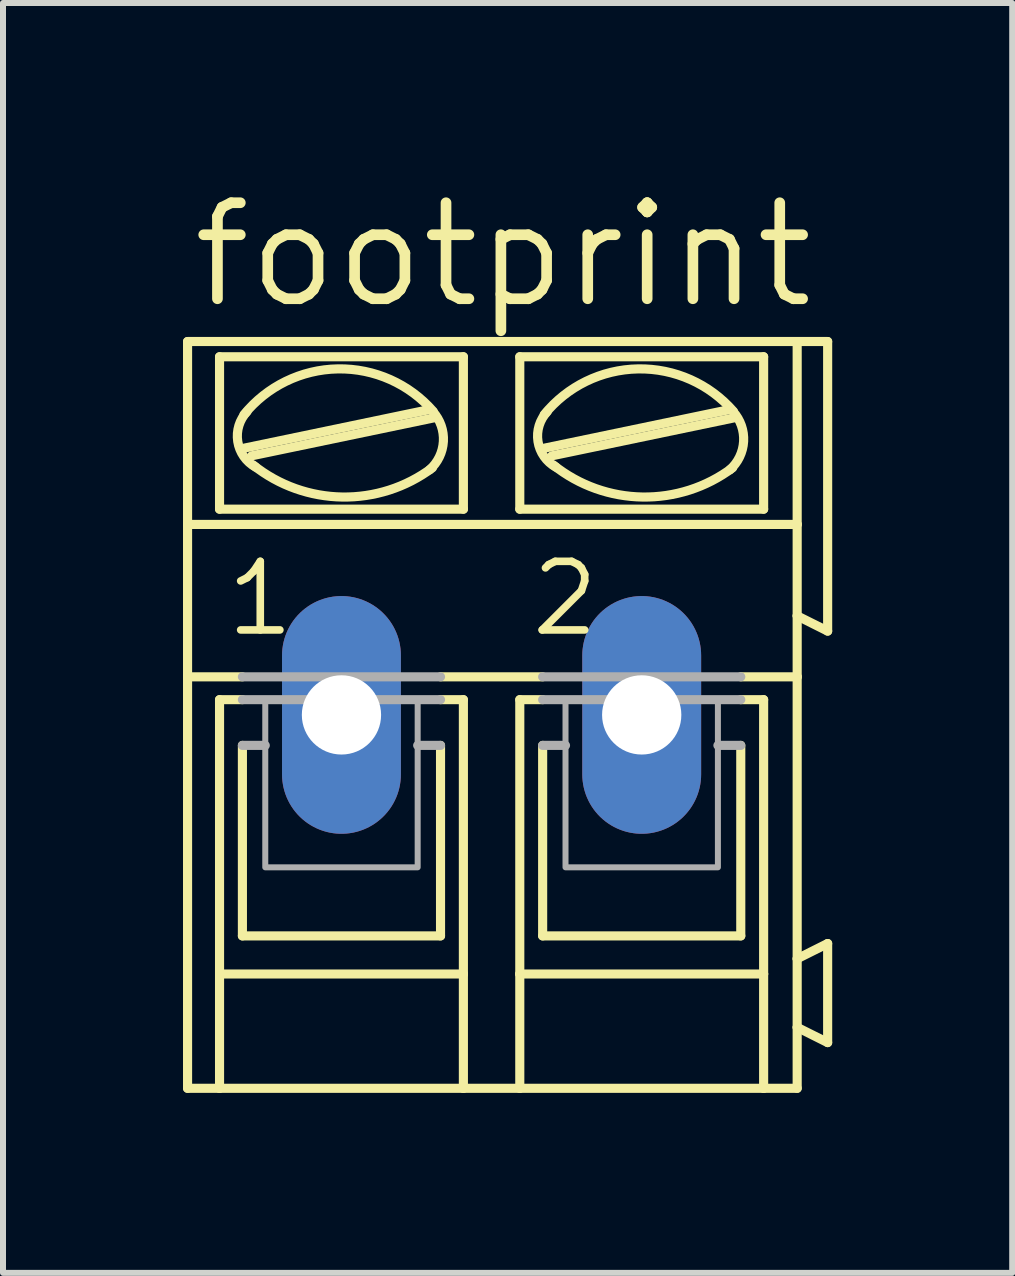
<source format=kicad_pcb>
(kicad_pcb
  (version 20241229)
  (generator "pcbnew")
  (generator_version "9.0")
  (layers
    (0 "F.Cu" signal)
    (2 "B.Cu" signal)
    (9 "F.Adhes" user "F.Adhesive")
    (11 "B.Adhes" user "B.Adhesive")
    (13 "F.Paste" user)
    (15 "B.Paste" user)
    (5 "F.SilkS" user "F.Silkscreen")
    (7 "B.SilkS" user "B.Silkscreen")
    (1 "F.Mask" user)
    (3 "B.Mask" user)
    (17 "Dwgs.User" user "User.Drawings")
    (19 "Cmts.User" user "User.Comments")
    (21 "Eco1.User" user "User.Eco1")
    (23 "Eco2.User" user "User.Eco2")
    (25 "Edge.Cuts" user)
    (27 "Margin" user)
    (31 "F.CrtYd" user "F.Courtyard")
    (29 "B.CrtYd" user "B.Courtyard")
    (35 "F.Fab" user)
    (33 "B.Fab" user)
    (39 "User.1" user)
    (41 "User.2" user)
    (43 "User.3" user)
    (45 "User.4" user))
  (footprint "footprint"
    (layer "F.Cu")
    (at 5.156 8.865)
    (property "Reference" "footprint" (at -5.08 -6.731 0) (layer "F.SilkS") (effects (font (size 1.6 1.6) (thickness 0.178)) (justify left bottom)))
    (fp_line (start -5.08 -3.175) (end -5.08 -6.223) (stroke (width 0.152) (type solid)) (layer "F.SilkS"))
    (fp_line (start -5.08 -3.175) (end 5.08 -3.175) (stroke (width 0.152) (type solid)) (layer "F.SilkS"))
    (fp_line (start -5.08 -0.635) (end -5.08 -3.175) (stroke (width 0.152) (type solid)) (layer "F.SilkS"))
    (fp_line (start -5.08 -0.635) (end -4.166 -0.635) (stroke (width 0.152) (type solid)) (layer "F.SilkS"))
    (fp_line (start -5.08 6.223) (end -5.08 -0.635) (stroke (width 0.152) (type solid)) (layer "F.SilkS"))
    (fp_line (start -5.08 6.223) (end -4.547 6.223) (stroke (width 0.152) (type solid)) (layer "F.SilkS"))
    (fp_line (start -4.547 -3.429) (end -4.547 -5.969) (stroke (width 0.152) (type solid)) (layer "F.SilkS"))
    (fp_line (start -4.547 -0.254) (end -4.547 4.318) (stroke (width 0.152) (type solid)) (layer "F.SilkS"))
    (fp_line (start -4.547 -0.254) (end -4.166 -0.254) (stroke (width 0.152) (type solid)) (layer "F.SilkS"))
    (fp_line (start -4.547 4.318) (end -4.547 6.223) (stroke (width 0.152) (type solid)) (layer "F.SilkS"))
    (fp_line (start -4.547 6.223) (end -0.483 6.223) (stroke (width 0.152) (type solid)) (layer "F.SilkS"))
    (fp_line (start -4.166 3.683) (end -4.166 0.508) (stroke (width 0.152) (type solid)) (layer "F.SilkS"))
    (fp_line (start -4.14 -4.445) (end -1.092 -5.08) (stroke (width 0.152) (type solid)) (layer "F.SilkS"))
    (fp_line (start -4.013 -4.318) (end -0.965 -4.953) (stroke (width 0.152) (type solid)) (layer "F.SilkS"))
    (fp_line (start -0.864 -0.635) (end 0.838 -0.635) (stroke (width 0.152) (type solid)) (layer "F.SilkS"))
    (fp_line (start -0.864 3.683) (end -4.166 3.683) (stroke (width 0.152) (type solid)) (layer "F.SilkS"))
    (fp_line (start -0.864 3.683) (end -0.864 0.508) (stroke (width 0.152) (type solid)) (layer "F.SilkS"))
    (fp_line (start -0.483 -5.969) (end -4.547 -5.969) (stroke (width 0.152) (type solid)) (layer "F.SilkS"))
    (fp_line (start -0.483 -3.429) (end -4.547 -3.429) (stroke (width 0.152) (type solid)) (layer "F.SilkS"))
    (fp_line (start -0.483 -3.429) (end -0.483 -5.969) (stroke (width 0.152) (type solid)) (layer "F.SilkS"))
    (fp_line (start -0.483 -0.254) (end -0.864 -0.254) (stroke (width 0.152) (type solid)) (layer "F.SilkS"))
    (fp_line (start -0.483 4.318) (end -4.547 4.318) (stroke (width 0.152) (type solid)) (layer "F.SilkS"))
    (fp_line (start -0.483 4.318) (end -0.483 -0.254) (stroke (width 0.152) (type solid)) (layer "F.SilkS"))
    (fp_line (start -0.483 6.223) (end -0.483 4.318) (stroke (width 0.152) (type solid)) (layer "F.SilkS"))
    (fp_line (start -0.483 6.223) (end 0.457 6.223) (stroke (width 0.152) (type solid)) (layer "F.SilkS"))
    (fp_line (start 0.457 -5.969) (end 4.521 -5.969) (stroke (width 0.152) (type solid)) (layer "F.SilkS"))
    (fp_line (start 0.457 -3.429) (end 0.457 -5.969) (stroke (width 0.152) (type solid)) (layer "F.SilkS"))
    (fp_line (start 0.457 -0.254) (end 0.838 -0.254) (stroke (width 0.152) (type solid)) (layer "F.SilkS"))
    (fp_line (start 0.457 4.318) (end 0.457 -0.254) (stroke (width 0.152) (type solid)) (layer "F.SilkS"))
    (fp_line (start 0.457 4.318) (end 4.521 4.318) (stroke (width 0.152) (type solid)) (layer "F.SilkS"))
    (fp_line (start 0.457 6.223) (end 0.457 4.318) (stroke (width 0.152) (type solid)) (layer "F.SilkS"))
    (fp_line (start 0.457 6.223) (end 4.521 6.223) (stroke (width 0.152) (type solid)) (layer "F.SilkS"))
    (fp_line (start 0.838 3.683) (end 0.838 0.508) (stroke (width 0.152) (type solid)) (layer "F.SilkS"))
    (fp_line (start 0.864 -4.445) (end 3.912 -5.08) (stroke (width 0.152) (type solid)) (layer "F.SilkS"))
    (fp_line (start 0.991 -4.318) (end 4.039 -4.953) (stroke (width 0.152) (type solid)) (layer "F.SilkS"))
    (fp_line (start 4.14 3.683) (end 0.838 3.683) (stroke (width 0.152) (type solid)) (layer "F.SilkS"))
    (fp_line (start 4.14 3.683) (end 4.14 0.508) (stroke (width 0.152) (type solid)) (layer "F.SilkS"))
    (fp_line (start 4.521 -5.969) (end 4.521 -3.429) (stroke (width 0.152) (type solid)) (layer "F.SilkS"))
    (fp_line (start 4.521 -3.429) (end 0.457 -3.429) (stroke (width 0.152) (type solid)) (layer "F.SilkS"))
    (fp_line (start 4.521 -0.254) (end 4.14 -0.254) (stroke (width 0.152) (type solid)) (layer "F.SilkS"))
    (fp_line (start 4.521 -0.254) (end 4.521 4.318) (stroke (width 0.152) (type solid)) (layer "F.SilkS"))
    (fp_line (start 4.521 4.318) (end 4.521 6.223) (stroke (width 0.152) (type solid)) (layer "F.SilkS"))
    (fp_line (start 4.521 6.223) (end 5.08 6.223) (stroke (width 0.152) (type solid)) (layer "F.SilkS"))
    (fp_line (start 5.08 -6.223) (end -5.08 -6.223) (stroke (width 0.152) (type solid)) (layer "F.SilkS"))
    (fp_line (start 5.08 -6.223) (end 5.08 -3.175) (stroke (width 0.152) (type solid)) (layer "F.SilkS"))
    (fp_line (start 5.08 -6.223) (end 5.588 -6.223) (stroke (width 0.152) (type solid)) (layer "F.SilkS"))
    (fp_line (start 5.08 -3.175) (end 5.08 -1.651) (stroke (width 0.152) (type solid)) (layer "F.SilkS"))
    (fp_line (start 5.08 -1.651) (end 5.08 -0.635) (stroke (width 0.152) (type solid)) (layer "F.SilkS"))
    (fp_line (start 5.08 -0.635) (end 4.14 -0.635) (stroke (width 0.152) (type solid)) (layer "F.SilkS"))
    (fp_line (start 5.08 -0.635) (end 5.08 4.064) (stroke (width 0.152) (type solid)) (layer "F.SilkS"))
    (fp_line (start 5.08 4.064) (end 5.08 5.207) (stroke (width 0.152) (type solid)) (layer "F.SilkS"))
    (fp_line (start 5.08 5.207) (end 5.08 6.223) (stroke (width 0.152) (type solid)) (layer "F.SilkS"))
    (fp_line (start 5.588 -6.223) (end 5.588 -1.397) (stroke (width 0.152) (type solid)) (layer "F.SilkS"))
    (fp_line (start 5.588 -1.397) (end 5.08 -1.651) (stroke (width 0.152) (type solid)) (layer "F.SilkS"))
    (fp_line (start 5.588 3.81) (end 5.08 4.064) (stroke (width 0.152) (type solid)) (layer "F.SilkS"))
    (fp_line (start 5.588 3.81) (end 5.588 5.461) (stroke (width 0.152) (type solid)) (layer "F.SilkS"))
    (fp_line (start 5.588 5.461) (end 5.08 5.207) (stroke (width 0.152) (type solid)) (layer "F.SilkS"))
    (fp_arc (start -4.1402 -5.0038) (mid -2.575826 -5.76695) (end -0.985799 -5.058801) (stroke (width 0.1524) (type solid)) (layer "F.SilkS"))
    (fp_arc (start -3.945701 -4.129699) (mid -4.243625 -4.557025) (end -4.0894 -5.0546) (stroke (width 0.1524) (type solid)) (layer "F.SilkS"))
    (fp_arc (start -1.000001 -4.118799) (mid -2.501904 -3.631242) (end -3.9878 -4.1656) (stroke (width 0.1524) (type solid)) (layer "F.SilkS"))
    (fp_arc (start -0.990699 -5.054499) (mid -0.816339 -4.558083) (end -1.0464 -4.0849) (stroke (width 0.1524) (type solid)) (layer "F.SilkS"))
    (fp_arc (start 0.8636 -5.0038) (mid 2.42792 -5.766807) (end 4.0178 -5.058598) (stroke (width 0.1524) (type solid)) (layer "F.SilkS"))
    (fp_arc (start 1.058098 -4.1297) (mid 0.760175 -4.557026) (end 0.9144 -5.0546) (stroke (width 0.1524) (type solid)) (layer "F.SilkS"))
    (fp_arc (start 4.0038 -4.118901) (mid 2.501914 -3.631283) (end 1.016 -4.1656) (stroke (width 0.1524) (type solid)) (layer "F.SilkS"))
    (fp_arc (start 4.0131 -5.0545) (mid 4.18746 -4.558084) (end 3.9574 -4.0849) (stroke (width 0.1524) (type solid)) (layer "F.SilkS"))
    (fp_line (start -4.166 -0.635) (end -0.864 -0.635) (stroke (width 0.152) (type solid)) (layer "F.Fab"))
    (fp_line (start -4.166 0.508) (end -3.785 0.508) (stroke (width 0.152) (type solid)) (layer "F.Fab"))
    (fp_line (start -0.864 -0.254) (end -4.166 -0.254) (stroke (width 0.152) (type solid)) (layer "F.Fab"))
    (fp_line (start -0.864 0.508) (end -1.245 0.508) (stroke (width 0.152) (type solid)) (layer "F.Fab"))
    (fp_line (start 0.838 -0.254) (end 4.14 -0.254) (stroke (width 0.152) (type solid)) (layer "F.Fab"))
    (fp_line (start 0.838 0.508) (end 1.219 0.508) (stroke (width 0.152) (type solid)) (layer "F.Fab"))
    (fp_line (start 4.14 -0.635) (end 0.838 -0.635) (stroke (width 0.152) (type solid)) (layer "F.Fab"))
    (fp_line (start 4.14 0.508) (end 3.759 0.508) (stroke (width 0.152) (type solid)) (layer "F.Fab"))
    (fp_poly (pts (xy -3.785 2.54) (xy -1.245 2.54) (xy -1.245 -0.254) (xy -3.785 -0.254)) (stroke (width 0.1) (type solid)) (fill no) (layer "F.Fab"))
    (fp_poly (pts (xy 1.219 2.54) (xy 3.759 2.54) (xy 3.759 -0.254) (xy 1.219 -0.254)) (stroke (width 0.1) (type solid)) (fill no) (layer "F.Fab"))
    (fp_text user "2" (at 0.584 -1.27 0) (layer "F.SilkS") (effects (font (size 1.143 1.143) (thickness 0.127)) (justify left bottom)))
    (fp_text user "1" (at -4.496 -1.27 0) (layer "F.SilkS") (effects (font (size 1.143 1.143) (thickness 0.127)) (justify left bottom)))
    (pad "1" thru_hole oval (at -2.515 0 90) (size 3.962 1.981) (drill 1.321) (layers "*.Cu" "*.Mask"))
    (pad "2" thru_hole oval (at 2.489 0 90) (size 3.962 1.981) (drill 1.321) (layers "*.Cu" "*.Mask")))
  (gr_rect
    (start -3 -3)
    (end 13.82 18.164)
    (stroke (width 0.1) (type default))
    (fill no)
    (layer "Edge.Cuts")))
</source>
